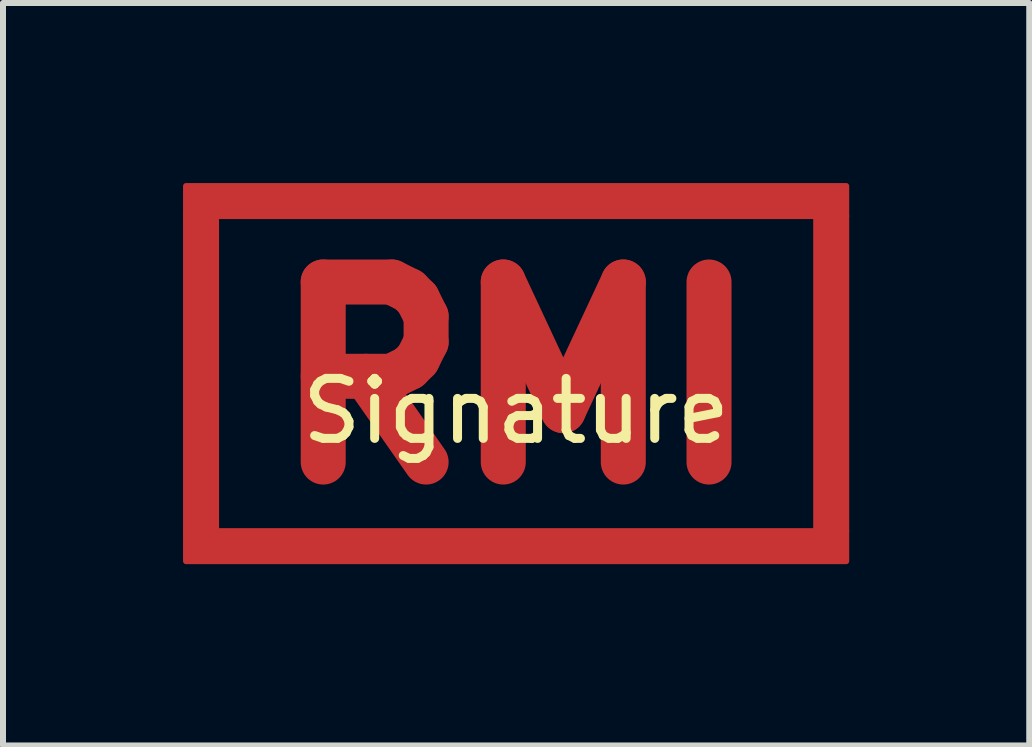
<source format=kicad_pcb>
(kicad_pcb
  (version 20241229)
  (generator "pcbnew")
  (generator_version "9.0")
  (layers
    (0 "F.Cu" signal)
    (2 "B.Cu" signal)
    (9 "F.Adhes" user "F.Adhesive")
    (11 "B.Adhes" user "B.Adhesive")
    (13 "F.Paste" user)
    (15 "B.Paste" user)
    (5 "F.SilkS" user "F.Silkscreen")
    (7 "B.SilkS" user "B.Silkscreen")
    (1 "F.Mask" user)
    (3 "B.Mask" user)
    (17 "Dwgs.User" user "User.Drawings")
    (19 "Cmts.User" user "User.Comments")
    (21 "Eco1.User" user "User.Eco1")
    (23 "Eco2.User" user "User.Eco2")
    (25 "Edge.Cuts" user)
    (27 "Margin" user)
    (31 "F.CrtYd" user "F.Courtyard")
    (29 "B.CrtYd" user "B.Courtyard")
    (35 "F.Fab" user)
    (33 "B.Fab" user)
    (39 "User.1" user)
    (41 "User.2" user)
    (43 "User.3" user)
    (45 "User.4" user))
  (footprint "Signature"
    (layer "F.Cu")
    (at 5.55 3.3)
    (property "Reference" "Signature" (at 0 0.5 0) (layer "F.SilkS") (effects (font (size 1 1) (thickness 0.15))))
    (attr through_hole)
    (fp_poly (pts (xy -5 2.5) (xy -5.5 2.5) (xy -5.5 -2.75) (xy -5 -2.75)) (stroke (width 0.1) (type solid)) (fill yes) (layer "F.Cu"))
    (fp_poly (pts (xy 5.5 -2.75) (xy -5.5 -2.75) (xy -5.5 -3.25) (xy 5.5 -3.25)) (stroke (width 0.1) (type solid)) (fill yes) (layer "F.Cu"))
    (fp_poly (pts (xy 5.5 2.5) (xy 5 2.5) (xy 5 -2.75) (xy 5.5 -2.75)) (stroke (width 0.1) (type solid)) (fill yes) (layer "F.Cu"))
    (fp_poly (pts (xy 5.5 3) (xy -5.5 3) (xy -5.5 2.5) (xy 5.5 2.5)) (stroke (width 0.1) (type solid)) (fill yes) (layer "F.Cu"))
    (fp_poly (pts (xy 5.5 3) (xy -5.5 3) (xy -5.5 -3.25) (xy 5.5 -3.25)) (stroke (width 0.1) (type solid)) (fill yes) (layer "F.Mask"))
    (fp_text user "RMI" (at 0 0 0) (layer "F.Cu") (effects (font (size 3 3) (thickness 0.75)))))
  (gr_rect
    (start -3 -3)
    (end 14.1 9.371)
    (stroke (width 0.1) (type default))
    (fill no)
    (layer "Edge.Cuts")))
</source>
